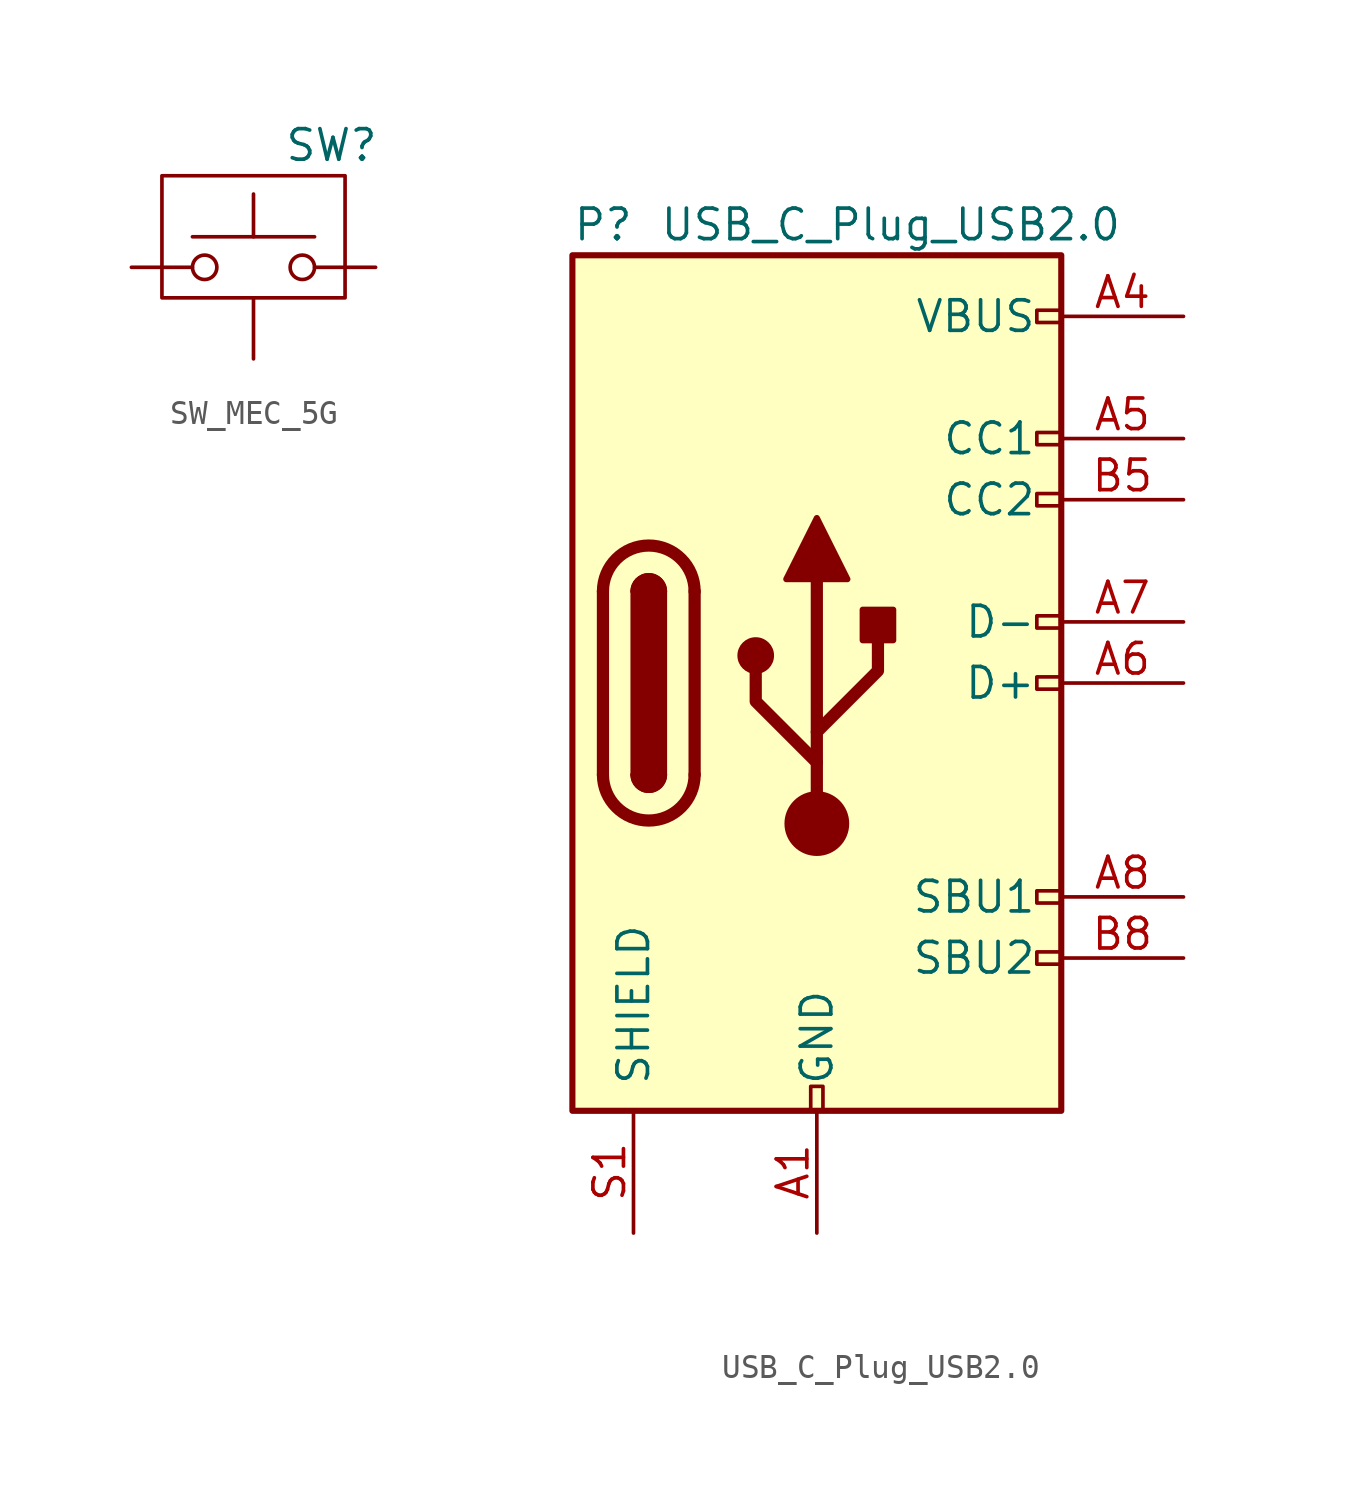
<source format=kicad_sym>
(kicad_symbol_lib
  (version 20211014)
  (generator kicad_symbol_editor)
  (symbol "SW_MEC_5G"
    (pin_numbers hide)
    (pin_names
      (offset 1.016) hide)
    (property "Reference" "SW"
      (at 1.27 5.08 0)
      (effects (font (size 1.27 1.27)) (justify left)))
    (symbol "SW_MEC_5G_0_1"
      (rectangle (start -3.81 3.81) (end 3.81 -1.27) (stroke (width 0) (type default) (color 0 0 0 0)) (fill (type none)))
      (circle (center -2.032 0) (radius 0.508) (stroke (width 0) (type default) (color 0 0 0 0)) (fill (type none)))
      (polyline (pts (xy 0 1.27) (xy 0 3.048)) (stroke (width 0) (type default) (color 0 0 0 0)) (fill (type none)))
      (polyline (pts (xy 2.54 1.27) (xy -2.54 1.27)) (stroke (width 0) (type default) (color 0 0 0 0)) (fill (type none)))
      (circle (center 2.032 0) (radius 0.508) (stroke (width 0) (type default) (color 0 0 0 0)) (fill (type none)))
      (pin passive line (at -5.08 0 0) (length 2.54) (name "A" (effects (font (size 1.27 1.27)))) (number "1" (effects (font (size 1.27 1.27))))))
    (symbol "SW_MEC_5G_1_1"
      (pin passive line (at 5.08 0 180) (length 2.54) (name "B" (effects (font (size 1.27 1.27)))) (number "2" (effects (font (size 1.27 1.27)))))
      (pin passive line (at 0 -3.81 90) (length 2.54) (name "GND" (effects (font (size 1.27 1.27)))) (number "3" (effects (font (size 1.27 1.27)))))))
  (symbol "USB_C_Plug_USB2.0"
    (pin_names
      (offset 1.016))
    (property "Reference" "P"
      (at -10.16 19.05 0)
      (effects (font (size 1.27 1.27)) (justify left)))
    (property "Value" "USB_C_Plug_USB2.0"
      (at 12.7 19.05 0)
      (effects (font (size 1.27 1.27)) (justify right)))
    (symbol "USB_C_Plug_USB2.0_0_0"
      (rectangle (start -0.254 -17.78) (end 0.254 -16.764) (stroke (width 0) (type default) (color 0 0 0 0)) (fill (type none)))
      (rectangle (start 10.16 -11.176) (end 9.144 -11.684) (stroke (width 0) (type default) (color 0 0 0 0)) (fill (type none)))
      (rectangle (start 10.16 0.254) (end 9.144 -0.254) (stroke (width 0) (type default) (color 0 0 0 0)) (fill (type none)))
      (rectangle (start 10.16 2.794) (end 9.144 2.286) (stroke (width 0) (type default) (color 0 0 0 0)) (fill (type none)))
      (rectangle (start 10.16 10.414) (end 9.144 9.906) (stroke (width 0) (type default) (color 0 0 0 0)) (fill (type none)))
      (rectangle (start 10.16 15.494) (end 9.144 14.986) (stroke (width 0) (type default) (color 0 0 0 0)) (fill (type none))))
    (symbol "USB_C_Plug_USB2.0_0_1"
      (rectangle (start -10.16 17.78) (end 10.16 -17.78) (stroke (width 0.254) (type default) (color 0 0 0 0)) (fill (type background)))
      (arc (start -8.89 -3.81) (mid -6.985 -5.715) (end -5.08 -3.81) (stroke (width 0.508) (type default) (color 0 0 0 0)) (fill (type none)))
      (arc (start -7.62 -3.81) (mid -6.985 -4.445) (end -6.35 -3.81) (stroke (width 0.254) (type default) (color 0 0 0 0)) (fill (type none)))
      (arc (start -7.62 -3.81) (mid -6.985 -4.445) (end -6.35 -3.81) (stroke (width 0.254) (type default) (color 0 0 0 0)) (fill (type outline)))
      (rectangle (start -7.62 -3.81) (end -6.35 3.81) (stroke (width 0.254) (type default) (color 0 0 0 0)) (fill (type outline)))
      (arc (start -6.35 3.81) (mid -6.985 4.445) (end -7.62 3.81) (stroke (width 0.254) (type default) (color 0 0 0 0)) (fill (type none)))
      (arc (start -6.35 3.81) (mid -6.985 4.445) (end -7.62 3.81) (stroke (width 0.254) (type default) (color 0 0 0 0)) (fill (type outline)))
      (arc (start -5.08 3.81) (mid -6.985 5.715) (end -8.89 3.81) (stroke (width 0.508) (type default) (color 0 0 0 0)) (fill (type none)))
      (circle (center -2.54 1.143) (radius 0.635) (stroke (width 0.254) (type default) (color 0 0 0 0)) (fill (type outline)))
      (circle (center 0 -5.842) (radius 1.27) (stroke (width 0) (type default) (color 0 0 0 0)) (fill (type outline)))
      (polyline (pts (xy -8.89 -3.81) (xy -8.89 3.81)) (stroke (width 0.508) (type default) (color 0 0 0 0)) (fill (type none)))
      (polyline (pts (xy -5.08 3.81) (xy -5.08 -3.81)) (stroke (width 0.508) (type default) (color 0 0 0 0)) (fill (type none)))
      (polyline (pts (xy 0 -5.842) (xy 0 4.318)) (stroke (width 0.508) (type default) (color 0 0 0 0)) (fill (type none)))
      (polyline (pts (xy 0 -3.302) (xy -2.54 -0.762) (xy -2.54 0.508)) (stroke (width 0.508) (type default) (color 0 0 0 0)) (fill (type none)))
      (polyline (pts (xy 0 -2.032) (xy 2.54 0.508) (xy 2.54 1.778)) (stroke (width 0.508) (type default) (color 0 0 0 0)) (fill (type none)))
      (polyline (pts (xy -1.27 4.318) (xy 0 6.858) (xy 1.27 4.318) (xy -1.27 4.318)) (stroke (width 0.254) (type default) (color 0 0 0 0)) (fill (type outline)))
      (rectangle (start 1.905 1.778) (end 3.175 3.048) (stroke (width 0.254) (type default) (color 0 0 0 0)) (fill (type outline))))
    (symbol "USB_C_Plug_USB2.0_1_1"
      (rectangle (start 10.16 -8.636) (end 9.144 -9.144) (stroke (width 0) (type default) (color 0 0 0 0)) (fill (type none)))
      (rectangle (start 10.16 7.874) (end 9.144 7.366) (stroke (width 0) (type default) (color 0 0 0 0)) (fill (type none)))
      (pin passive line (at 0 -22.86 90) (length 5.08) (name "GND" (effects (font (size 1.27 1.27)))) (number "A1" (effects (font (size 1.27 1.27)))))
      (pin passive line (at 0 -22.86 90) (length 5.08) hide (name "GND" (effects (font (size 1.27 1.27)))) (number "A12" (effects (font (size 1.27 1.27)))))
      (pin passive line (at 15.24 15.24 180) (length 5.08) (name "VBUS" (effects (font (size 1.27 1.27)))) (number "A4" (effects (font (size 1.27 1.27)))))
      (pin bidirectional line (at 15.24 10.16 180) (length 5.08) (name "CC1" (effects (font (size 1.27 1.27)))) (number "A5" (effects (font (size 1.27 1.27)))))
      (pin bidirectional line (at 15.24 0 180) (length 5.08) (name "D+" (effects (font (size 1.27 1.27)))) (number "A6" (effects (font (size 1.27 1.27)))))
      (pin bidirectional line (at 15.24 2.54 180) (length 5.08) (name "D-" (effects (font (size 1.27 1.27)))) (number "A7" (effects (font (size 1.27 1.27)))))
      (pin bidirectional line (at 15.24 -8.89 180) (length 5.08) (name "SBU1" (effects (font (size 1.27 1.27)))) (number "A8" (effects (font (size 1.27 1.27)))))
      (pin passive line (at 15.24 15.24 180) (length 5.08) hide (name "VBUS" (effects (font (size 1.27 1.27)))) (number "A9" (effects (font (size 1.27 1.27)))))
      (pin passive line (at 0 -22.86 90) (length 5.08) hide (name "GND" (effects (font (size 1.27 1.27)))) (number "B1" (effects (font (size 1.27 1.27)))))
      (pin passive line (at 0 -22.86 90) (length 5.08) hide (name "GND" (effects (font (size 1.27 1.27)))) (number "B12" (effects (font (size 1.27 1.27)))))
      (pin passive line (at 15.24 15.24 180) (length 5.08) hide (name "VBUS" (effects (font (size 1.27 1.27)))) (number "B4" (effects (font (size 1.27 1.27)))))
      (pin bidirectional line (at 15.24 7.62 180) (length 5.08) (name "CC2" (effects (font (size 1.27 1.27)))) (number "B5" (effects (font (size 1.27 1.27)))))
      (pin bidirectional line (at 15.24 0 180) (length 5.08) hide (name "D+" (effects (font (size 1.27 1.27)))) (number "B6" (effects (font (size 1.27 1.27)))))
      (pin bidirectional line (at 15.24 2.54 180) (length 5.08) hide (name "D-" (effects (font (size 1.27 1.27)))) (number "B7" (effects (font (size 1.27 1.27)))))
      (pin bidirectional line (at 15.24 -11.43 180) (length 5.08) (name "SBU2" (effects (font (size 1.27 1.27)))) (number "B8" (effects (font (size 1.27 1.27)))))
      (pin passive line (at 15.24 15.24 180) (length 5.08) hide (name "VBUS" (effects (font (size 1.27 1.27)))) (number "B9" (effects (font (size 1.27 1.27)))))
      (pin passive line (at -7.62 -22.86 90) (length 5.08) (name "SHIELD" (effects (font (size 1.27 1.27)))) (number "S1" (effects (font (size 1.27 1.27))))))))
</source>
